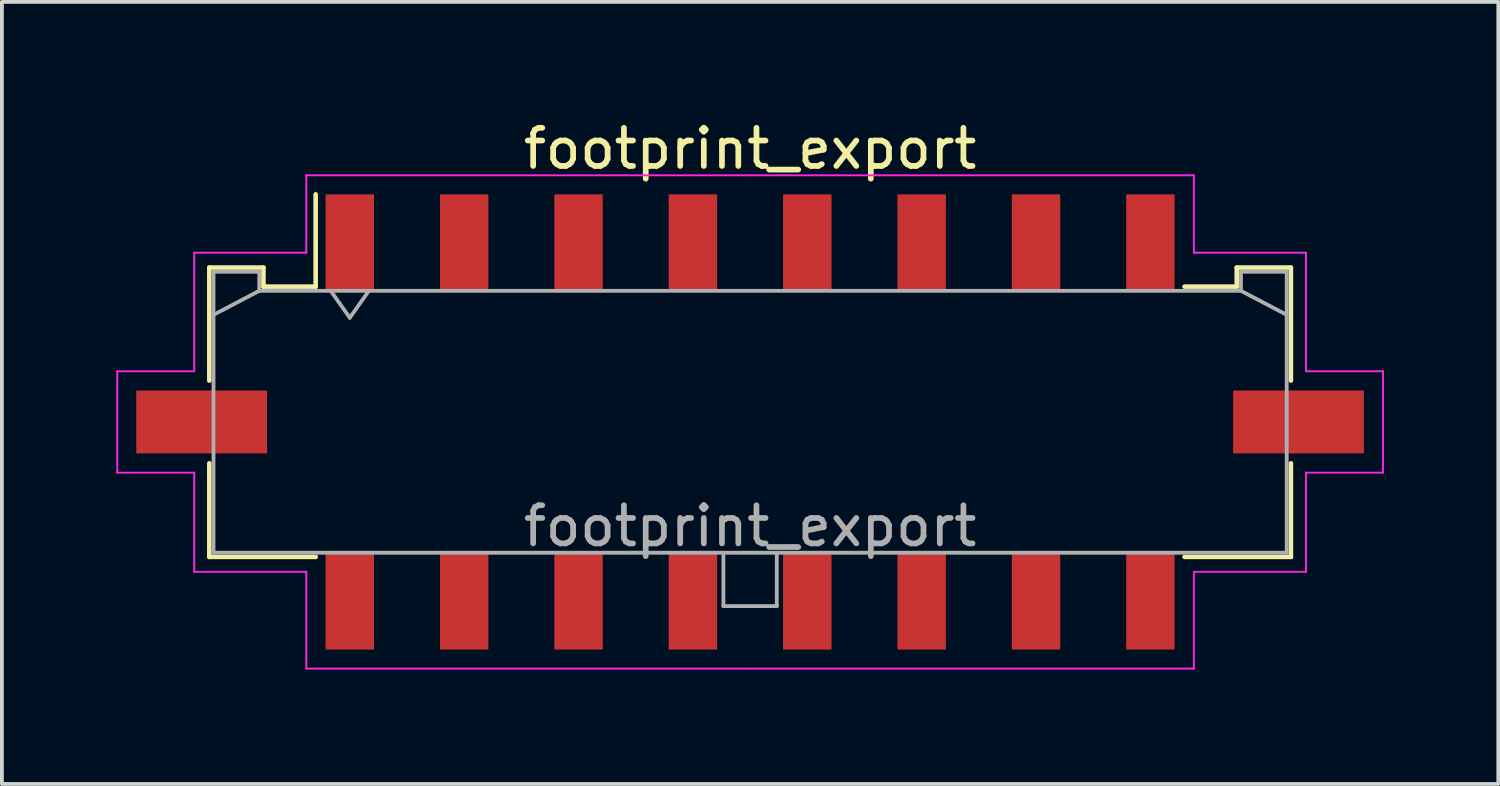
<source format=kicad_pcb>
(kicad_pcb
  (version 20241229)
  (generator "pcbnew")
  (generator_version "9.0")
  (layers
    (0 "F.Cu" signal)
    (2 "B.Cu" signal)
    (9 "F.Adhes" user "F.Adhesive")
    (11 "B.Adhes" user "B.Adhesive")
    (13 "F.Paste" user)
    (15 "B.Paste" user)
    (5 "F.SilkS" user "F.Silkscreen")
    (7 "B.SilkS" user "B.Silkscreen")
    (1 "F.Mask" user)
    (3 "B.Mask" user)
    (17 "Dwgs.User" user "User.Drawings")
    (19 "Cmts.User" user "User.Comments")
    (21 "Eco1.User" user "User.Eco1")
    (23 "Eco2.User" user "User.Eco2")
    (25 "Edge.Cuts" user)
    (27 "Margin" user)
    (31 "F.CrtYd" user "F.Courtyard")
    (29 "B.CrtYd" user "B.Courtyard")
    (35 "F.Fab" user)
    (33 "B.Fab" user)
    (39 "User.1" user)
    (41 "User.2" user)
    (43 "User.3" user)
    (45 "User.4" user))
  (footprint "footprint_export"
    (layer "F.Cu")
    (at 16.625 8.018)
    (property "Reference" "footprint_export" (at 0 -7.17 0) (layer "F.SilkS") (effects (font (size 1 1) (thickness 0.15))))
    (attr smd)
    (fp_line (start -14.185 -4.05) (end -12.765 -4.05) (stroke (width 0.12) (type solid)) (layer "F.SilkS"))
    (fp_line (start -14.185 -1.085) (end -14.185 -4.05) (stroke (width 0.12) (type solid)) (layer "F.SilkS"))
    (fp_line (start -14.185 1.085) (end -14.185 3.54) (stroke (width 0.12) (type solid)) (layer "F.SilkS"))
    (fp_line (start -14.185 3.54) (end -11.395 3.54) (stroke (width 0.12) (type solid)) (layer "F.SilkS"))
    (fp_line (start -12.765 -4.05) (end -12.765 -3.55) (stroke (width 0.12) (type solid)) (layer "F.SilkS"))
    (fp_line (start -12.765 -3.55) (end -11.395 -3.55) (stroke (width 0.12) (type solid)) (layer "F.SilkS"))
    (fp_line (start -11.395 -3.55) (end -11.395 -5.97) (stroke (width 0.12) (type solid)) (layer "F.SilkS"))
    (fp_line (start 12.765 -4.05) (end 12.765 -3.55) (stroke (width 0.12) (type solid)) (layer "F.SilkS"))
    (fp_line (start 12.765 -3.55) (end 11.395 -3.55) (stroke (width 0.12) (type solid)) (layer "F.SilkS"))
    (fp_line (start 14.185 -4.05) (end 12.765 -4.05) (stroke (width 0.12) (type solid)) (layer "F.SilkS"))
    (fp_line (start 14.185 -1.085) (end 14.185 -4.05) (stroke (width 0.12) (type solid)) (layer "F.SilkS"))
    (fp_line (start 14.185 1.085) (end 14.185 3.54) (stroke (width 0.12) (type solid)) (layer "F.SilkS"))
    (fp_line (start 14.185 3.54) (end 11.395 3.54) (stroke (width 0.12) (type solid)) (layer "F.SilkS"))
    (fp_line (start -16.6 -1.33) (end -16.6 1.33) (stroke (width 0.05) (type solid)) (layer "F.CrtYd"))
    (fp_line (start -16.6 1.33) (end -14.58 1.33) (stroke (width 0.05) (type solid)) (layer "F.CrtYd"))
    (fp_line (start -14.58 -4.44) (end -14.58 -1.33) (stroke (width 0.05) (type solid)) (layer "F.CrtYd"))
    (fp_line (start -14.58 -1.33) (end -16.6 -1.33) (stroke (width 0.05) (type solid)) (layer "F.CrtYd"))
    (fp_line (start -14.58 1.33) (end -14.58 3.93) (stroke (width 0.05) (type solid)) (layer "F.CrtYd"))
    (fp_line (start -14.58 3.93) (end -11.64 3.93) (stroke (width 0.05) (type solid)) (layer "F.CrtYd"))
    (fp_line (start -11.64 -6.47) (end -11.64 -4.44) (stroke (width 0.05) (type solid)) (layer "F.CrtYd"))
    (fp_line (start -11.64 -4.44) (end -14.58 -4.44) (stroke (width 0.05) (type solid)) (layer "F.CrtYd"))
    (fp_line (start -11.64 3.93) (end -11.64 6.47) (stroke (width 0.05) (type solid)) (layer "F.CrtYd"))
    (fp_line (start -11.64 6.47) (end 0 6.47) (stroke (width 0.05) (type solid)) (layer "F.CrtYd"))
    (fp_line (start 0 -6.47) (end -11.64 -6.47) (stroke (width 0.05) (type solid)) (layer "F.CrtYd"))
    (fp_line (start 0 -6.47) (end 11.64 -6.47) (stroke (width 0.05) (type solid)) (layer "F.CrtYd"))
    (fp_line (start 11.64 -6.47) (end 11.64 -4.44) (stroke (width 0.05) (type solid)) (layer "F.CrtYd"))
    (fp_line (start 11.64 -4.44) (end 14.58 -4.44) (stroke (width 0.05) (type solid)) (layer "F.CrtYd"))
    (fp_line (start 11.64 3.93) (end 11.64 6.47) (stroke (width 0.05) (type solid)) (layer "F.CrtYd"))
    (fp_line (start 11.64 6.47) (end 0 6.47) (stroke (width 0.05) (type solid)) (layer "F.CrtYd"))
    (fp_line (start 14.58 -4.44) (end 14.58 -1.33) (stroke (width 0.05) (type solid)) (layer "F.CrtYd"))
    (fp_line (start 14.58 -1.33) (end 16.6 -1.33) (stroke (width 0.05) (type solid)) (layer "F.CrtYd"))
    (fp_line (start 14.58 1.33) (end 14.58 3.93) (stroke (width 0.05) (type solid)) (layer "F.CrtYd"))
    (fp_line (start 14.58 3.93) (end 11.64 3.93) (stroke (width 0.05) (type solid)) (layer "F.CrtYd"))
    (fp_line (start 16.6 -1.33) (end 16.6 1.33) (stroke (width 0.05) (type solid)) (layer "F.CrtYd"))
    (fp_line (start 16.6 1.33) (end 14.58 1.33) (stroke (width 0.05) (type solid)) (layer "F.CrtYd"))
    (fp_line (start -14.075 -3.94) (end -14.075 3.43) (stroke (width 0.1) (type solid)) (layer "F.Fab"))
    (fp_line (start -14.075 -2.81) (end -12.875 -3.44) (stroke (width 0.1) (type solid)) (layer "F.Fab"))
    (fp_line (start -14.075 3.43) (end 14.075 3.43) (stroke (width 0.1) (type solid)) (layer "F.Fab"))
    (fp_line (start -12.875 -3.94) (end -14.075 -3.94) (stroke (width 0.1) (type solid)) (layer "F.Fab"))
    (fp_line (start -12.875 -3.44) (end -12.875 -3.94) (stroke (width 0.1) (type solid)) (layer "F.Fab"))
    (fp_line (start -11 -3.44) (end -10.5 -2.733) (stroke (width 0.1) (type solid)) (layer "F.Fab"))
    (fp_line (start -10.5 -2.733) (end -10 -3.44) (stroke (width 0.1) (type solid)) (layer "F.Fab"))
    (fp_line (start -0.7 3.43) (end -0.7 4.83) (stroke (width 0.1) (type solid)) (layer "F.Fab"))
    (fp_line (start -0.7 4.83) (end 0.7 4.83) (stroke (width 0.1) (type solid)) (layer "F.Fab"))
    (fp_line (start 0.7 4.83) (end 0.7 3.43) (stroke (width 0.1) (type solid)) (layer "F.Fab"))
    (fp_line (start 12.875 -3.94) (end 12.875 -3.44) (stroke (width 0.1) (type solid)) (layer "F.Fab"))
    (fp_line (start 12.875 -3.44) (end -12.875 -3.44) (stroke (width 0.1) (type solid)) (layer "F.Fab"))
    (fp_line (start 14.075 -3.94) (end 12.875 -3.94) (stroke (width 0.1) (type solid)) (layer "F.Fab"))
    (fp_line (start 14.075 -2.81) (end 12.875 -3.44) (stroke (width 0.1) (type solid)) (layer "F.Fab"))
    (fp_line (start 14.075 3.43) (end 14.075 -3.94) (stroke (width 0.1) (type solid)) (layer "F.Fab"))
    (fp_text user "${REFERENCE}" (at 0 2.73 0) (layer "F.Fab") (effects (font (size 1 1) (thickness 0.15))))
    (pad "1" smd rect (at -10.5 -4.7) (size 1.27 2.54) (layers "F.Cu" "F.Mask" "F.Paste"))
    (pad "2" smd rect (at -7.5 -4.7) (size 1.27 2.54) (layers "F.Cu" "F.Mask" "F.Paste"))
    (pad "3" smd rect (at -4.5 -4.7) (size 1.27 2.54) (layers "F.Cu" "F.Mask" "F.Paste"))
    (pad "4" smd rect (at -1.5 -4.7) (size 1.27 2.54) (layers "F.Cu" "F.Mask" "F.Paste"))
    (pad "5" smd rect (at 1.5 -4.7) (size 1.27 2.54) (layers "F.Cu" "F.Mask" "F.Paste"))
    (pad "6" smd rect (at 4.5 -4.7) (size 1.27 2.54) (layers "F.Cu" "F.Mask" "F.Paste"))
    (pad "7" smd rect (at 7.5 -4.7) (size 1.27 2.54) (layers "F.Cu" "F.Mask" "F.Paste"))
    (pad "8" smd rect (at 10.5 -4.7) (size 1.27 2.54) (layers "F.Cu" "F.Mask" "F.Paste"))
    (pad "9" smd rect (at -10.5 4.7) (size 1.27 2.54) (layers "F.Cu" "F.Mask" "F.Paste"))
    (pad "10" smd rect (at -7.5 4.7) (size 1.27 2.54) (layers "F.Cu" "F.Mask" "F.Paste"))
    (pad "11" smd rect (at -4.5 4.7) (size 1.27 2.54) (layers "F.Cu" "F.Mask" "F.Paste"))
    (pad "12" smd rect (at -1.5 4.7) (size 1.27 2.54) (layers "F.Cu" "F.Mask" "F.Paste"))
    (pad "13" smd rect (at 1.5 4.7) (size 1.27 2.54) (layers "F.Cu" "F.Mask" "F.Paste"))
    (pad "14" smd rect (at 4.5 4.7) (size 1.27 2.54) (layers "F.Cu" "F.Mask" "F.Paste"))
    (pad "15" smd rect (at 7.5 4.7) (size 1.27 2.54) (layers "F.Cu" "F.Mask" "F.Paste"))
    (pad "16" smd rect (at 10.5 4.7) (size 1.27 2.54) (layers "F.Cu" "F.Mask" "F.Paste"))
    (pad "MP" smd rect (at -14.385 0) (size 3.43 1.65) (layers "F.Cu" "F.Mask" "F.Paste"))
    (pad "MP" smd rect (at 14.385 0) (size 3.43 1.65) (layers "F.Cu" "F.Mask" "F.Paste")))
  (gr_rect
    (start -3 -3)
    (end 36.25 17.513)
    (stroke (width 0.1) (type default))
    (fill no)
    (layer "Edge.Cuts")))
</source>
